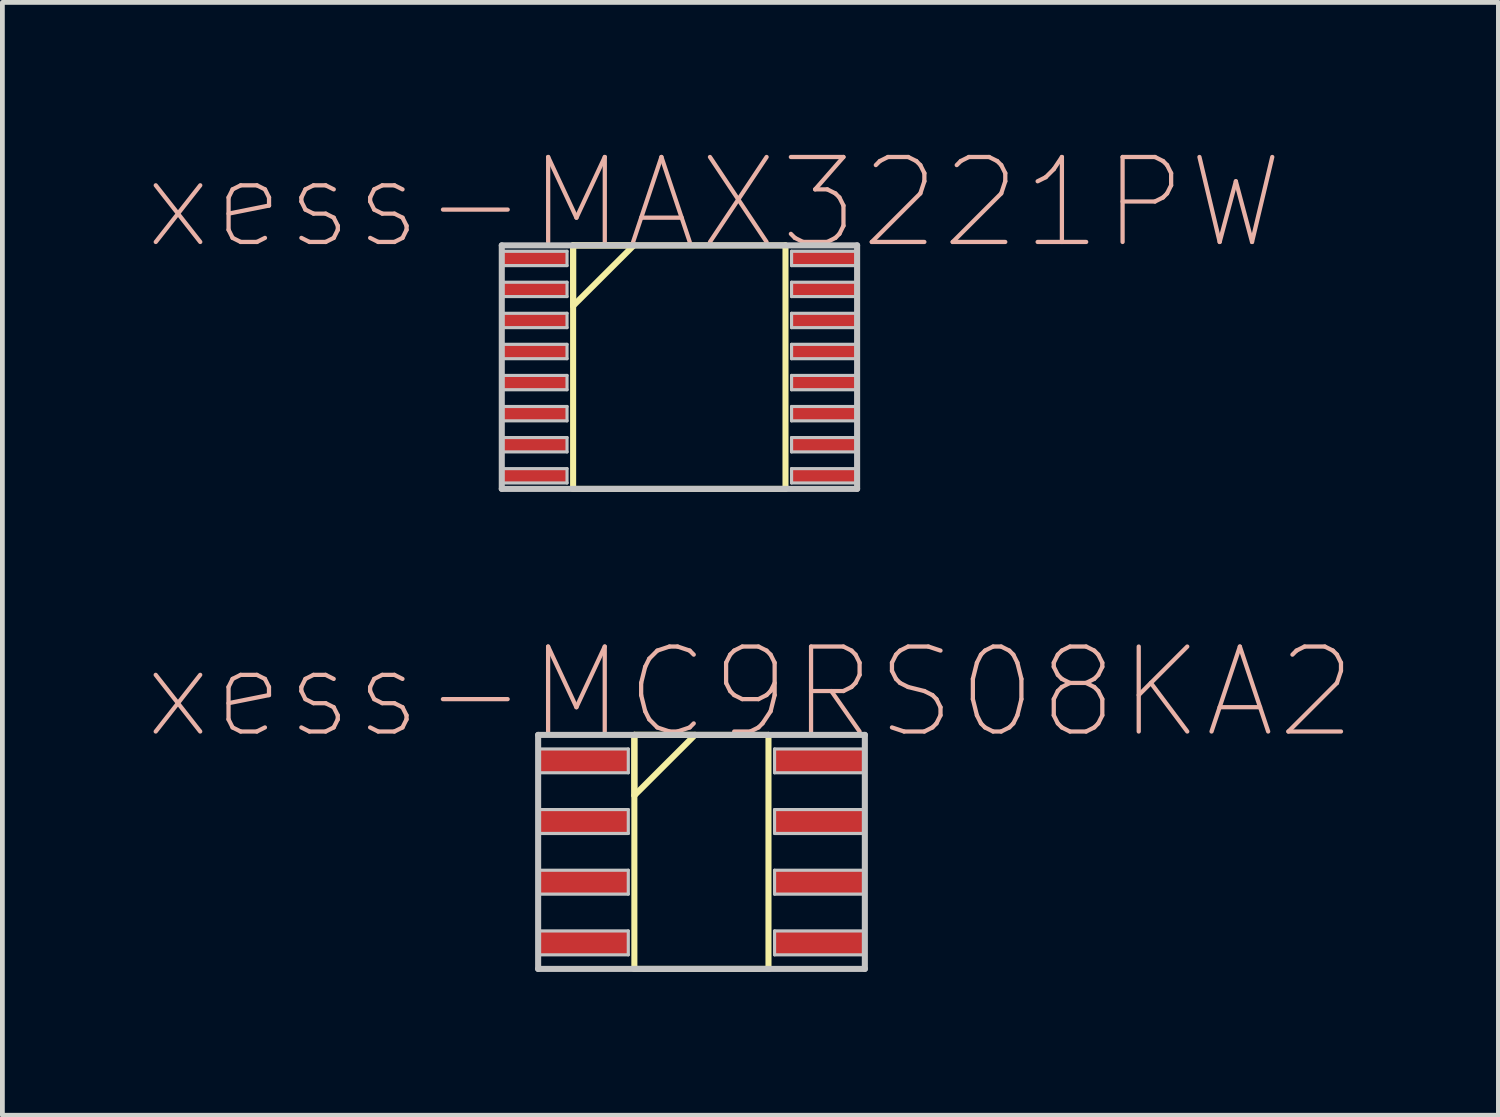
<source format=kicad_pcb>
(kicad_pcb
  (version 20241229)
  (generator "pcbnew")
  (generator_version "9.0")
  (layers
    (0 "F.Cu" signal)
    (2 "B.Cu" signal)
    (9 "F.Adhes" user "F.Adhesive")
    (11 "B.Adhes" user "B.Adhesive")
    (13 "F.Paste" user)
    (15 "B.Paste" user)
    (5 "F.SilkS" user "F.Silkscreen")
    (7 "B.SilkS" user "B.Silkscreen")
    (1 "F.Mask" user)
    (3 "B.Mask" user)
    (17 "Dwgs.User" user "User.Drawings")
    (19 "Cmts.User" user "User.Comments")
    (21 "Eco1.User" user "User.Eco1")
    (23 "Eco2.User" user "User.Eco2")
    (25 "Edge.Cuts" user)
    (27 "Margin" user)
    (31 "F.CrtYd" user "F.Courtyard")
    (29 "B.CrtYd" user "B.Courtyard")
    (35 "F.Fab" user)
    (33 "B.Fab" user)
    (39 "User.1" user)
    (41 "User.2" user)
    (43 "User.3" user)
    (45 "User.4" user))
  (footprint "xess-MAX3221PW"
    (layer "F.Cu")
    (at 8.244 2.359)
    (property "Reference" "xess-MAX3221PW" (at 3.65 -1.163 0) (layer "B.SilkS") (effects (font (size 1.778 1.778) (thickness 0.089))))
    (attr smd)
    (fp_line (start 0.701 -0.274) (end 0.701 0.993) (stroke (width 0.127) (type solid)) (layer "F.SilkS"))
    (fp_line (start 0.701 -0.274) (end 0.701 4.823) (stroke (width 0.127) (type solid)) (layer "F.SilkS"))
    (fp_line (start 0.701 0.993) (end 1.971 -0.274) (stroke (width 0.127) (type solid)) (layer "F.SilkS"))
    (fp_line (start 0.701 4.823) (end 5.146 4.823) (stroke (width 0.127) (type solid)) (layer "F.SilkS"))
    (fp_line (start 1.971 -0.274) (end 0.701 -0.274) (stroke (width 0.127) (type solid)) (layer "F.SilkS"))
    (fp_line (start 5.146 -0.274) (end 0.701 -0.274) (stroke (width 0.127) (type solid)) (layer "F.SilkS"))
    (fp_line (start 5.146 4.823) (end 5.146 -0.274) (stroke (width 0.127) (type solid)) (layer "F.SilkS"))
    (fp_line (start -0.792 -0.274) (end -0.792 4.823) (stroke (width 0.127) (type solid)) (layer "Dwgs.User"))
    (fp_line (start -0.792 -0.15) (end 0.574 -0.15) (stroke (width 0.066) (type solid)) (layer "Dwgs.User"))
    (fp_line (start -0.792 0.15) (end -0.792 -0.15) (stroke (width 0.066) (type solid)) (layer "Dwgs.User"))
    (fp_line (start -0.792 0.15) (end 0.574 0.15) (stroke (width 0.066) (type solid)) (layer "Dwgs.User"))
    (fp_line (start -0.792 0.498) (end 0.574 0.498) (stroke (width 0.066) (type solid)) (layer "Dwgs.User"))
    (fp_line (start -0.792 0.798) (end -0.792 0.498) (stroke (width 0.066) (type solid)) (layer "Dwgs.User"))
    (fp_line (start -0.792 0.798) (end 0.574 0.798) (stroke (width 0.066) (type solid)) (layer "Dwgs.User"))
    (fp_line (start -0.792 1.148) (end 0.574 1.148) (stroke (width 0.066) (type solid)) (layer "Dwgs.User"))
    (fp_line (start -0.792 1.448) (end -0.792 1.148) (stroke (width 0.066) (type solid)) (layer "Dwgs.User"))
    (fp_line (start -0.792 1.448) (end 0.574 1.448) (stroke (width 0.066) (type solid)) (layer "Dwgs.User"))
    (fp_line (start -0.792 1.798) (end 0.574 1.798) (stroke (width 0.066) (type solid)) (layer "Dwgs.User"))
    (fp_line (start -0.792 2.098) (end -0.792 1.798) (stroke (width 0.066) (type solid)) (layer "Dwgs.User"))
    (fp_line (start -0.792 2.098) (end 0.574 2.098) (stroke (width 0.066) (type solid)) (layer "Dwgs.User"))
    (fp_line (start -0.792 2.449) (end 0.574 2.449) (stroke (width 0.066) (type solid)) (layer "Dwgs.User"))
    (fp_line (start -0.792 2.748) (end -0.792 2.449) (stroke (width 0.066) (type solid)) (layer "Dwgs.User"))
    (fp_line (start -0.792 2.748) (end 0.574 2.748) (stroke (width 0.066) (type solid)) (layer "Dwgs.User"))
    (fp_line (start -0.792 3.099) (end 0.574 3.099) (stroke (width 0.066) (type solid)) (layer "Dwgs.User"))
    (fp_line (start -0.792 3.399) (end -0.792 3.099) (stroke (width 0.066) (type solid)) (layer "Dwgs.User"))
    (fp_line (start -0.792 3.399) (end 0.574 3.399) (stroke (width 0.066) (type solid)) (layer "Dwgs.User"))
    (fp_line (start -0.792 3.749) (end 0.574 3.749) (stroke (width 0.066) (type solid)) (layer "Dwgs.User"))
    (fp_line (start -0.792 4.049) (end -0.792 3.749) (stroke (width 0.066) (type solid)) (layer "Dwgs.User"))
    (fp_line (start -0.792 4.049) (end 0.574 4.049) (stroke (width 0.066) (type solid)) (layer "Dwgs.User"))
    (fp_line (start -0.792 4.399) (end 0.574 4.399) (stroke (width 0.066) (type solid)) (layer "Dwgs.User"))
    (fp_line (start -0.792 4.699) (end -0.792 4.399) (stroke (width 0.066) (type solid)) (layer "Dwgs.User"))
    (fp_line (start -0.792 4.699) (end 0.574 4.699) (stroke (width 0.066) (type solid)) (layer "Dwgs.User"))
    (fp_line (start -0.792 4.823) (end 6.645 4.823) (stroke (width 0.127) (type solid)) (layer "Dwgs.User"))
    (fp_line (start 0.574 0.15) (end 0.574 -0.15) (stroke (width 0.066) (type solid)) (layer "Dwgs.User"))
    (fp_line (start 0.574 0.798) (end 0.574 0.498) (stroke (width 0.066) (type solid)) (layer "Dwgs.User"))
    (fp_line (start 0.574 1.448) (end 0.574 1.148) (stroke (width 0.066) (type solid)) (layer "Dwgs.User"))
    (fp_line (start 0.574 2.098) (end 0.574 1.798) (stroke (width 0.066) (type solid)) (layer "Dwgs.User"))
    (fp_line (start 0.574 2.748) (end 0.574 2.449) (stroke (width 0.066) (type solid)) (layer "Dwgs.User"))
    (fp_line (start 0.574 3.399) (end 0.574 3.099) (stroke (width 0.066) (type solid)) (layer "Dwgs.User"))
    (fp_line (start 0.574 4.049) (end 0.574 3.749) (stroke (width 0.066) (type solid)) (layer "Dwgs.User"))
    (fp_line (start 0.574 4.699) (end 0.574 4.399) (stroke (width 0.066) (type solid)) (layer "Dwgs.User"))
    (fp_line (start 5.273 -0.15) (end 6.645 -0.15) (stroke (width 0.066) (type solid)) (layer "Dwgs.User"))
    (fp_line (start 5.273 0.15) (end 5.273 -0.15) (stroke (width 0.066) (type solid)) (layer "Dwgs.User"))
    (fp_line (start 5.273 0.15) (end 6.645 0.15) (stroke (width 0.066) (type solid)) (layer "Dwgs.User"))
    (fp_line (start 5.273 0.498) (end 6.645 0.498) (stroke (width 0.066) (type solid)) (layer "Dwgs.User"))
    (fp_line (start 5.273 0.798) (end 5.273 0.498) (stroke (width 0.066) (type solid)) (layer "Dwgs.User"))
    (fp_line (start 5.273 0.798) (end 6.645 0.798) (stroke (width 0.066) (type solid)) (layer "Dwgs.User"))
    (fp_line (start 5.273 1.148) (end 6.645 1.148) (stroke (width 0.066) (type solid)) (layer "Dwgs.User"))
    (fp_line (start 5.273 1.448) (end 5.273 1.148) (stroke (width 0.066) (type solid)) (layer "Dwgs.User"))
    (fp_line (start 5.273 1.448) (end 6.645 1.448) (stroke (width 0.066) (type solid)) (layer "Dwgs.User"))
    (fp_line (start 5.273 1.798) (end 6.645 1.798) (stroke (width 0.066) (type solid)) (layer "Dwgs.User"))
    (fp_line (start 5.273 2.098) (end 5.273 1.798) (stroke (width 0.066) (type solid)) (layer "Dwgs.User"))
    (fp_line (start 5.273 2.098) (end 6.645 2.098) (stroke (width 0.066) (type solid)) (layer "Dwgs.User"))
    (fp_line (start 5.273 2.449) (end 6.645 2.449) (stroke (width 0.066) (type solid)) (layer "Dwgs.User"))
    (fp_line (start 5.273 2.748) (end 5.273 2.449) (stroke (width 0.066) (type solid)) (layer "Dwgs.User"))
    (fp_line (start 5.273 2.748) (end 6.645 2.748) (stroke (width 0.066) (type solid)) (layer "Dwgs.User"))
    (fp_line (start 5.273 3.099) (end 6.645 3.099) (stroke (width 0.066) (type solid)) (layer "Dwgs.User"))
    (fp_line (start 5.273 3.399) (end 5.273 3.099) (stroke (width 0.066) (type solid)) (layer "Dwgs.User"))
    (fp_line (start 5.273 3.399) (end 6.645 3.399) (stroke (width 0.066) (type solid)) (layer "Dwgs.User"))
    (fp_line (start 5.273 3.749) (end 6.645 3.749) (stroke (width 0.066) (type solid)) (layer "Dwgs.User"))
    (fp_line (start 5.273 4.049) (end 5.273 3.749) (stroke (width 0.066) (type solid)) (layer "Dwgs.User"))
    (fp_line (start 5.273 4.049) (end 6.645 4.049) (stroke (width 0.066) (type solid)) (layer "Dwgs.User"))
    (fp_line (start 5.273 4.399) (end 6.645 4.399) (stroke (width 0.066) (type solid)) (layer "Dwgs.User"))
    (fp_line (start 5.273 4.699) (end 5.273 4.399) (stroke (width 0.066) (type solid)) (layer "Dwgs.User"))
    (fp_line (start 5.273 4.699) (end 6.645 4.699) (stroke (width 0.066) (type solid)) (layer "Dwgs.User"))
    (fp_line (start 6.645 -0.274) (end -0.792 -0.274) (stroke (width 0.127) (type solid)) (layer "Dwgs.User"))
    (fp_line (start 6.645 0.15) (end 6.645 -0.15) (stroke (width 0.066) (type solid)) (layer "Dwgs.User"))
    (fp_line (start 6.645 0.798) (end 6.645 0.498) (stroke (width 0.066) (type solid)) (layer "Dwgs.User"))
    (fp_line (start 6.645 1.448) (end 6.645 1.148) (stroke (width 0.066) (type solid)) (layer "Dwgs.User"))
    (fp_line (start 6.645 2.098) (end 6.645 1.798) (stroke (width 0.066) (type solid)) (layer "Dwgs.User"))
    (fp_line (start 6.645 2.748) (end 6.645 2.449) (stroke (width 0.066) (type solid)) (layer "Dwgs.User"))
    (fp_line (start 6.645 3.399) (end 6.645 3.099) (stroke (width 0.066) (type solid)) (layer "Dwgs.User"))
    (fp_line (start 6.645 4.049) (end 6.645 3.749) (stroke (width 0.066) (type solid)) (layer "Dwgs.User"))
    (fp_line (start 6.645 4.699) (end 6.645 4.399) (stroke (width 0.066) (type solid)) (layer "Dwgs.User"))
    (fp_line (start 6.645 4.823) (end 6.645 -0.274) (stroke (width 0.127) (type solid)) (layer "Dwgs.User"))
    (pad "1" smd rect (at -0.109 0) (size 1.369 0.3) (layers "F.Cu" "F.Mask" "F.Paste"))
    (pad "2" smd rect (at -0.109 0.648) (size 1.369 0.3) (layers "F.Cu" "F.Mask" "F.Paste"))
    (pad "3" smd rect (at -0.109 1.298) (size 1.369 0.3) (layers "F.Cu" "F.Mask" "F.Paste"))
    (pad "4" smd rect (at -0.109 1.948) (size 1.369 0.3) (layers "F.Cu" "F.Mask" "F.Paste"))
    (pad "5" smd rect (at -0.109 2.598) (size 1.369 0.3) (layers "F.Cu" "F.Mask" "F.Paste"))
    (pad "6" smd rect (at -0.109 3.249) (size 1.369 0.3) (layers "F.Cu" "F.Mask" "F.Paste"))
    (pad "7" smd rect (at -0.109 3.899) (size 1.369 0.3) (layers "F.Cu" "F.Mask" "F.Paste"))
    (pad "8" smd rect (at -0.109 4.549) (size 1.369 0.3) (layers "F.Cu" "F.Mask" "F.Paste"))
    (pad "9" smd rect (at 5.959 4.549) (size 1.369 0.3) (layers "F.Cu" "F.Mask" "F.Paste"))
    (pad "10" smd rect (at 5.959 3.899) (size 1.369 0.3) (layers "F.Cu" "F.Mask" "F.Paste"))
    (pad "11" smd rect (at 5.959 3.249) (size 1.369 0.3) (layers "F.Cu" "F.Mask" "F.Paste"))
    (pad "12" smd rect (at 5.959 2.598) (size 1.369 0.3) (layers "F.Cu" "F.Mask" "F.Paste"))
    (pad "13" smd rect (at 5.959 1.948) (size 1.369 0.3) (layers "F.Cu" "F.Mask" "F.Paste"))
    (pad "14" smd rect (at 5.959 1.298) (size 1.369 0.3) (layers "F.Cu" "F.Mask" "F.Paste"))
    (pad "15" smd rect (at 5.959 0.648) (size 1.369 0.3) (layers "F.Cu" "F.Mask" "F.Paste"))
    (pad "16" smd rect (at 5.959 0) (size 1.369 0.3) (layers "F.Cu" "F.Mask" "F.Paste")))
  (footprint "xess-MC9RS08KA2"
    (layer "F.Cu")
    (at 9.267 12.875)
    (property "Reference" "xess-MC9RS08KA2" (at 3.388 -1.433 0) (layer "B.SilkS") (effects (font (size 1.778 1.778) (thickness 0.089))))
    (attr smd)
    (fp_line (start 0.96 -0.544) (end 0.96 0.724) (stroke (width 0.127) (type solid)) (layer "F.SilkS"))
    (fp_line (start 0.96 -0.544) (end 0.96 4.354) (stroke (width 0.127) (type solid)) (layer "F.SilkS"))
    (fp_line (start 0.96 0.724) (end 2.23 -0.544) (stroke (width 0.127) (type solid)) (layer "F.SilkS"))
    (fp_line (start 0.96 4.354) (end 3.767 4.354) (stroke (width 0.127) (type solid)) (layer "F.SilkS"))
    (fp_line (start 2.23 -0.544) (end 0.96 -0.544) (stroke (width 0.127) (type solid)) (layer "F.SilkS"))
    (fp_line (start 3.767 -0.544) (end 0.96 -0.544) (stroke (width 0.127) (type solid)) (layer "F.SilkS"))
    (fp_line (start 3.767 4.354) (end 3.767 -0.544) (stroke (width 0.127) (type solid)) (layer "F.SilkS"))
    (fp_line (start -1.054 -0.544) (end -1.054 4.354) (stroke (width 0.127) (type solid)) (layer "Dwgs.User"))
    (fp_line (start -1.054 -0.249) (end 0.833 -0.249) (stroke (width 0.066) (type solid)) (layer "Dwgs.User"))
    (fp_line (start -1.054 0.249) (end -1.054 -0.249) (stroke (width 0.066) (type solid)) (layer "Dwgs.User"))
    (fp_line (start -1.054 0.249) (end 0.833 0.249) (stroke (width 0.066) (type solid)) (layer "Dwgs.User"))
    (fp_line (start -1.054 1.019) (end 0.833 1.019) (stroke (width 0.066) (type solid)) (layer "Dwgs.User"))
    (fp_line (start -1.054 1.519) (end -1.054 1.019) (stroke (width 0.066) (type solid)) (layer "Dwgs.User"))
    (fp_line (start -1.054 1.519) (end 0.833 1.519) (stroke (width 0.066) (type solid)) (layer "Dwgs.User"))
    (fp_line (start -1.054 2.289) (end 0.833 2.289) (stroke (width 0.066) (type solid)) (layer "Dwgs.User"))
    (fp_line (start -1.054 2.789) (end -1.054 2.289) (stroke (width 0.066) (type solid)) (layer "Dwgs.User"))
    (fp_line (start -1.054 2.789) (end 0.833 2.789) (stroke (width 0.066) (type solid)) (layer "Dwgs.User"))
    (fp_line (start -1.054 3.559) (end 0.833 3.559) (stroke (width 0.066) (type solid)) (layer "Dwgs.User"))
    (fp_line (start -1.054 4.059) (end -1.054 3.559) (stroke (width 0.066) (type solid)) (layer "Dwgs.User"))
    (fp_line (start -1.054 4.059) (end 0.833 4.059) (stroke (width 0.066) (type solid)) (layer "Dwgs.User"))
    (fp_line (start -1.054 4.354) (end 5.784 4.354) (stroke (width 0.127) (type solid)) (layer "Dwgs.User"))
    (fp_line (start 0.833 0.249) (end 0.833 -0.249) (stroke (width 0.066) (type solid)) (layer "Dwgs.User"))
    (fp_line (start 0.833 1.519) (end 0.833 1.019) (stroke (width 0.066) (type solid)) (layer "Dwgs.User"))
    (fp_line (start 0.833 2.789) (end 0.833 2.289) (stroke (width 0.066) (type solid)) (layer "Dwgs.User"))
    (fp_line (start 0.833 4.059) (end 0.833 3.559) (stroke (width 0.066) (type solid)) (layer "Dwgs.User"))
    (fp_line (start 3.894 -0.249) (end 5.784 -0.249) (stroke (width 0.066) (type solid)) (layer "Dwgs.User"))
    (fp_line (start 3.894 0.249) (end 3.894 -0.249) (stroke (width 0.066) (type solid)) (layer "Dwgs.User"))
    (fp_line (start 3.894 0.249) (end 5.784 0.249) (stroke (width 0.066) (type solid)) (layer "Dwgs.User"))
    (fp_line (start 3.894 1.019) (end 5.784 1.019) (stroke (width 0.066) (type solid)) (layer "Dwgs.User"))
    (fp_line (start 3.894 1.519) (end 3.894 1.019) (stroke (width 0.066) (type solid)) (layer "Dwgs.User"))
    (fp_line (start 3.894 1.519) (end 5.784 1.519) (stroke (width 0.066) (type solid)) (layer "Dwgs.User"))
    (fp_line (start 3.894 2.289) (end 5.784 2.289) (stroke (width 0.066) (type solid)) (layer "Dwgs.User"))
    (fp_line (start 3.894 2.789) (end 3.894 2.289) (stroke (width 0.066) (type solid)) (layer "Dwgs.User"))
    (fp_line (start 3.894 2.789) (end 5.784 2.789) (stroke (width 0.066) (type solid)) (layer "Dwgs.User"))
    (fp_line (start 3.894 3.559) (end 5.784 3.559) (stroke (width 0.066) (type solid)) (layer "Dwgs.User"))
    (fp_line (start 3.894 4.059) (end 3.894 3.559) (stroke (width 0.066) (type solid)) (layer "Dwgs.User"))
    (fp_line (start 3.894 4.059) (end 5.784 4.059) (stroke (width 0.066) (type solid)) (layer "Dwgs.User"))
    (fp_line (start 5.784 -0.544) (end -1.054 -0.544) (stroke (width 0.127) (type solid)) (layer "Dwgs.User"))
    (fp_line (start 5.784 0.249) (end 5.784 -0.249) (stroke (width 0.066) (type solid)) (layer "Dwgs.User"))
    (fp_line (start 5.784 1.519) (end 5.784 1.019) (stroke (width 0.066) (type solid)) (layer "Dwgs.User"))
    (fp_line (start 5.784 2.789) (end 5.784 2.289) (stroke (width 0.066) (type solid)) (layer "Dwgs.User"))
    (fp_line (start 5.784 4.059) (end 5.784 3.559) (stroke (width 0.066) (type solid)) (layer "Dwgs.User"))
    (fp_line (start 5.784 4.354) (end 5.784 -0.544) (stroke (width 0.127) (type solid)) (layer "Dwgs.User"))
    (pad "1" smd rect (at -0.109 0) (size 1.89 0.498) (layers "F.Cu" "F.Mask" "F.Paste"))
    (pad "2" smd rect (at -0.109 1.27) (size 1.89 0.498) (layers "F.Cu" "F.Mask" "F.Paste"))
    (pad "3" smd rect (at -0.109 2.54) (size 1.89 0.498) (layers "F.Cu" "F.Mask" "F.Paste"))
    (pad "4" smd rect (at -0.109 3.81) (size 1.89 0.498) (layers "F.Cu" "F.Mask" "F.Paste"))
    (pad "5" smd rect (at 4.839 3.81) (size 1.89 0.498) (layers "F.Cu" "F.Mask" "F.Paste"))
    (pad "6" smd rect (at 4.839 2.54) (size 1.89 0.498) (layers "F.Cu" "F.Mask" "F.Paste"))
    (pad "7" smd rect (at 4.839 1.27) (size 1.89 0.498) (layers "F.Cu" "F.Mask" "F.Paste"))
    (pad "8" smd rect (at 4.839 0) (size 1.89 0.498) (layers "F.Cu" "F.Mask" "F.Paste")))
  (gr_rect
    (start -3 -3)
    (end 28.311 20.292)
    (stroke (width 0.1) (type default))
    (fill no)
    (layer "Edge.Cuts")))
</source>
